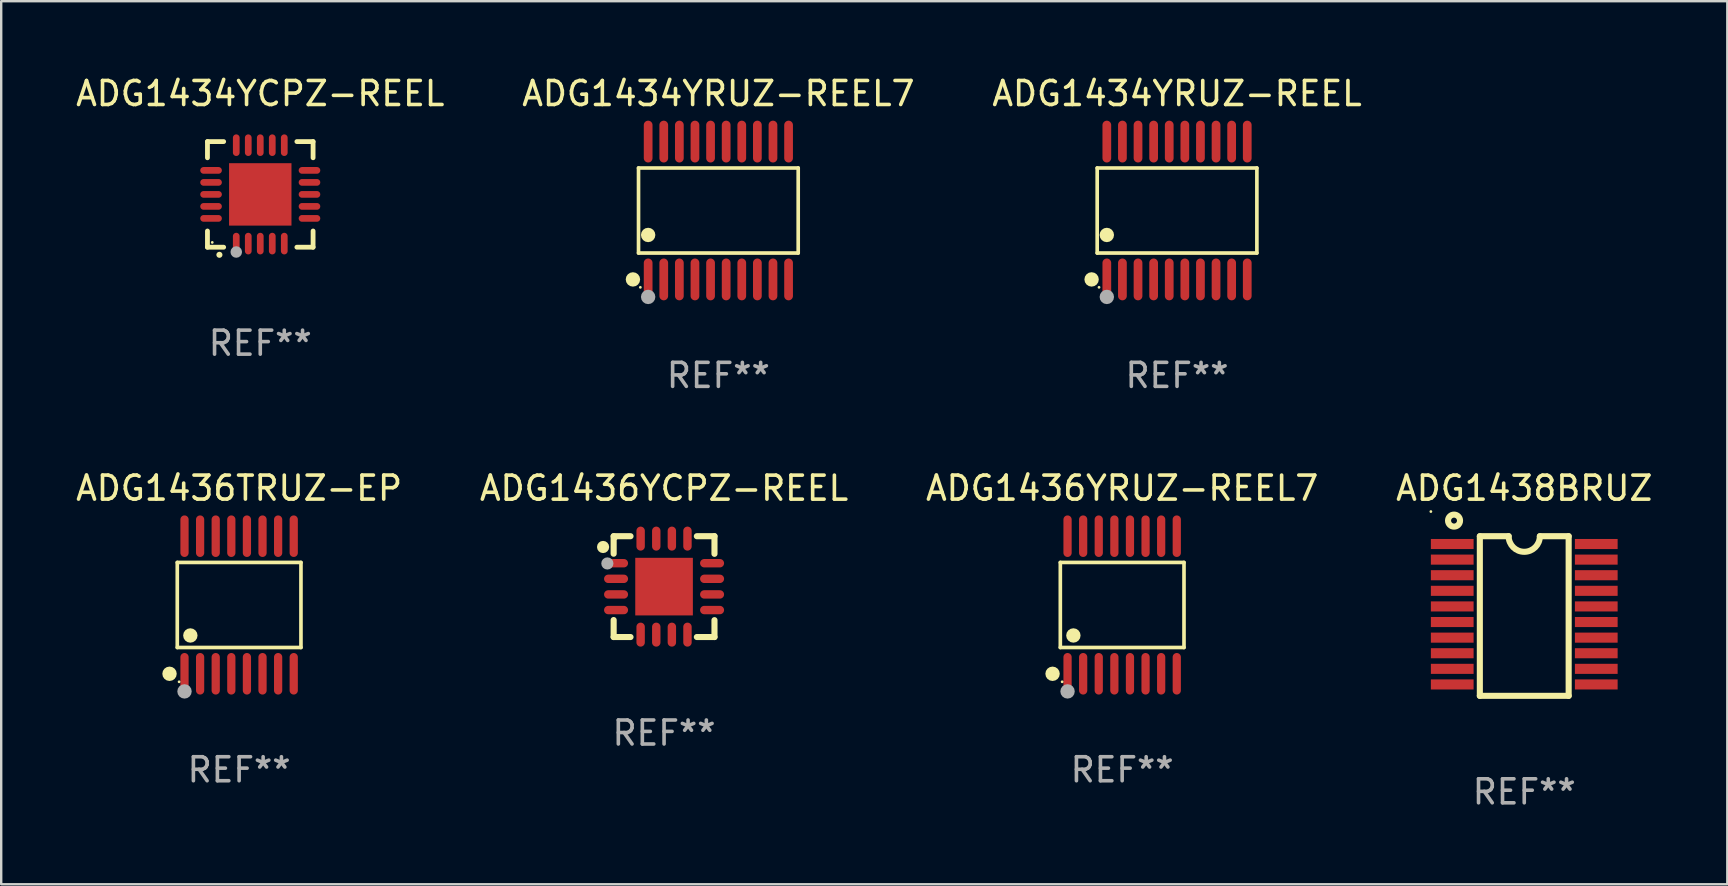
<source format=kicad_pcb>
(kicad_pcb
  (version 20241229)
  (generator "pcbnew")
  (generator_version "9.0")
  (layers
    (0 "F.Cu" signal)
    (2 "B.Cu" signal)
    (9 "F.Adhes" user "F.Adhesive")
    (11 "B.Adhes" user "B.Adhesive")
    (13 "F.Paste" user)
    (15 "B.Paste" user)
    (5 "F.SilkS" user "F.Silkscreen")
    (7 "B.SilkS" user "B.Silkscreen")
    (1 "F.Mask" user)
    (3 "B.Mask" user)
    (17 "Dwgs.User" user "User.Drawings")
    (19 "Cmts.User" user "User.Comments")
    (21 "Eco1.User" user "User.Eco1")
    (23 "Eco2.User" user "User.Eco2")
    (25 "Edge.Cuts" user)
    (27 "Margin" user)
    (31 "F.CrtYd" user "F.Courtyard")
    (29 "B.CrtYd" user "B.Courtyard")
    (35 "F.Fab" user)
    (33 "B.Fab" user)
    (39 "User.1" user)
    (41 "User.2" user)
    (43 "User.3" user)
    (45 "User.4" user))
  (footprint "ADG1434YRUZ-REEL7"
    (layer "F.Cu")
    (at 26.875 5.719)
    (property "Reference" "ADG1434YRUZ-REEL7" (at 0 -4.871 0) (layer "F.SilkS") (effects (font (size 1 1) (thickness 0.15))))
    (attr through_hole)
    (fp_line (start -3.326 -1.771) (end 3.326 -1.771) (stroke (width 0.152) (type solid)) (layer "F.SilkS"))
    (fp_line (start -3.326 1.771) (end -3.326 -1.771) (stroke (width 0.152) (type solid)) (layer "F.SilkS"))
    (fp_line (start 3.326 -1.771) (end 3.326 1.771) (stroke (width 0.152) (type solid)) (layer "F.SilkS"))
    (fp_line (start 3.326 1.771) (end -3.326 1.771) (stroke (width 0.152) (type solid)) (layer "F.SilkS"))
    (fp_circle (center -3.559 2.871) (end -3.409 2.871) (stroke (width 0.3) (type solid)) (fill no) (layer "F.SilkS"))
    (fp_circle (center -3.25 3.2) (end -3.22 3.2) (stroke (width 0.06) (type solid)) (fill no) (layer "F.SilkS"))
    (fp_circle (center -2.925 1.019) (end -2.775 1.019) (stroke (width 0.3) (type solid)) (fill no) (layer "F.SilkS"))
    (fp_circle (center -2.925 3.6) (end -2.775 3.6) (stroke (width 0.3) (type solid)) (fill no) (layer "F.Fab"))
    (fp_text user "REF**" (at 0 6.871 0) (layer "F.Fab") (effects (font (size 1 1) (thickness 0.15))))
    (pad "1" smd oval (at -2.925 2.871) (size 0.364 1.742) (layers "F.Cu" "F.Mask" "F.Paste"))
    (pad "2" smd oval (at -2.275 2.871) (size 0.364 1.742) (layers "F.Cu" "F.Mask" "F.Paste"))
    (pad "3" smd oval (at -1.625 2.871) (size 0.364 1.742) (layers "F.Cu" "F.Mask" "F.Paste"))
    (pad "4" smd oval (at -0.975 2.871) (size 0.364 1.742) (layers "F.Cu" "F.Mask" "F.Paste"))
    (pad "5" smd oval (at -0.325 2.871) (size 0.364 1.742) (layers "F.Cu" "F.Mask" "F.Paste"))
    (pad "6" smd oval (at 0.325 2.871) (size 0.364 1.742) (layers "F.Cu" "F.Mask" "F.Paste"))
    (pad "7" smd oval (at 0.975 2.871) (size 0.364 1.742) (layers "F.Cu" "F.Mask" "F.Paste"))
    (pad "8" smd oval (at 1.625 2.871) (size 0.364 1.742) (layers "F.Cu" "F.Mask" "F.Paste"))
    (pad "9" smd oval (at 2.275 2.871) (size 0.364 1.742) (layers "F.Cu" "F.Mask" "F.Paste"))
    (pad "10" smd oval (at 2.925 2.871) (size 0.364 1.742) (layers "F.Cu" "F.Mask" "F.Paste"))
    (pad "11" smd oval (at 2.925 -2.871) (size 0.364 1.742) (layers "F.Cu" "F.Mask" "F.Paste"))
    (pad "12" smd oval (at 2.275 -2.871) (size 0.364 1.742) (layers "F.Cu" "F.Mask" "F.Paste"))
    (pad "13" smd oval (at 1.625 -2.871) (size 0.364 1.742) (layers "F.Cu" "F.Mask" "F.Paste"))
    (pad "14" smd oval (at 0.975 -2.871) (size 0.364 1.742) (layers "F.Cu" "F.Mask" "F.Paste"))
    (pad "15" smd oval (at 0.325 -2.871) (size 0.364 1.742) (layers "F.Cu" "F.Mask" "F.Paste"))
    (pad "16" smd oval (at -0.325 -2.871) (size 0.364 1.742) (layers "F.Cu" "F.Mask" "F.Paste"))
    (pad "17" smd oval (at -0.975 -2.871) (size 0.364 1.742) (layers "F.Cu" "F.Mask" "F.Paste"))
    (pad "18" smd oval (at -1.625 -2.871) (size 0.364 1.742) (layers "F.Cu" "F.Mask" "F.Paste"))
    (pad "19" smd oval (at -2.275 -2.871) (size 0.364 1.742) (layers "F.Cu" "F.Mask" "F.Paste"))
    (pad "20" smd oval (at -2.925 -2.871) (size 0.364 1.742) (layers "F.Cu" "F.Mask" "F.Paste")))
  (footprint "ADG1434YRUZ-REEL"
    (layer "F.Cu")
    (at 45.982 5.719)
    (property "Reference" "ADG1434YRUZ-REEL" (at 0 -4.871 0) (layer "F.SilkS") (effects (font (size 1 1) (thickness 0.15))))
    (attr through_hole)
    (fp_line (start -3.326 -1.771) (end 3.326 -1.771) (stroke (width 0.152) (type solid)) (layer "F.SilkS"))
    (fp_line (start -3.326 1.771) (end -3.326 -1.771) (stroke (width 0.152) (type solid)) (layer "F.SilkS"))
    (fp_line (start 3.326 -1.771) (end 3.326 1.771) (stroke (width 0.152) (type solid)) (layer "F.SilkS"))
    (fp_line (start 3.326 1.771) (end -3.326 1.771) (stroke (width 0.152) (type solid)) (layer "F.SilkS"))
    (fp_circle (center -3.559 2.871) (end -3.409 2.871) (stroke (width 0.3) (type solid)) (fill no) (layer "F.SilkS"))
    (fp_circle (center -3.25 3.2) (end -3.22 3.2) (stroke (width 0.06) (type solid)) (fill no) (layer "F.SilkS"))
    (fp_circle (center -2.925 1.019) (end -2.775 1.019) (stroke (width 0.3) (type solid)) (fill no) (layer "F.SilkS"))
    (fp_circle (center -2.925 3.6) (end -2.775 3.6) (stroke (width 0.3) (type solid)) (fill no) (layer "F.Fab"))
    (fp_text user "REF**" (at 0 6.871 0) (layer "F.Fab") (effects (font (size 1 1) (thickness 0.15))))
    (pad "1" smd oval (at -2.925 2.871) (size 0.364 1.742) (layers "F.Cu" "F.Mask" "F.Paste"))
    (pad "2" smd oval (at -2.275 2.871) (size 0.364 1.742) (layers "F.Cu" "F.Mask" "F.Paste"))
    (pad "3" smd oval (at -1.625 2.871) (size 0.364 1.742) (layers "F.Cu" "F.Mask" "F.Paste"))
    (pad "4" smd oval (at -0.975 2.871) (size 0.364 1.742) (layers "F.Cu" "F.Mask" "F.Paste"))
    (pad "5" smd oval (at -0.325 2.871) (size 0.364 1.742) (layers "F.Cu" "F.Mask" "F.Paste"))
    (pad "6" smd oval (at 0.325 2.871) (size 0.364 1.742) (layers "F.Cu" "F.Mask" "F.Paste"))
    (pad "7" smd oval (at 0.975 2.871) (size 0.364 1.742) (layers "F.Cu" "F.Mask" "F.Paste"))
    (pad "8" smd oval (at 1.625 2.871) (size 0.364 1.742) (layers "F.Cu" "F.Mask" "F.Paste"))
    (pad "9" smd oval (at 2.275 2.871) (size 0.364 1.742) (layers "F.Cu" "F.Mask" "F.Paste"))
    (pad "10" smd oval (at 2.925 2.871) (size 0.364 1.742) (layers "F.Cu" "F.Mask" "F.Paste"))
    (pad "11" smd oval (at 2.925 -2.871) (size 0.364 1.742) (layers "F.Cu" "F.Mask" "F.Paste"))
    (pad "12" smd oval (at 2.275 -2.871) (size 0.364 1.742) (layers "F.Cu" "F.Mask" "F.Paste"))
    (pad "13" smd oval (at 1.625 -2.871) (size 0.364 1.742) (layers "F.Cu" "F.Mask" "F.Paste"))
    (pad "14" smd oval (at 0.975 -2.871) (size 0.364 1.742) (layers "F.Cu" "F.Mask" "F.Paste"))
    (pad "15" smd oval (at 0.325 -2.871) (size 0.364 1.742) (layers "F.Cu" "F.Mask" "F.Paste"))
    (pad "16" smd oval (at -0.325 -2.871) (size 0.364 1.742) (layers "F.Cu" "F.Mask" "F.Paste"))
    (pad "17" smd oval (at -0.975 -2.871) (size 0.364 1.742) (layers "F.Cu" "F.Mask" "F.Paste"))
    (pad "18" smd oval (at -1.625 -2.871) (size 0.364 1.742) (layers "F.Cu" "F.Mask" "F.Paste"))
    (pad "19" smd oval (at -2.275 -2.871) (size 0.364 1.742) (layers "F.Cu" "F.Mask" "F.Paste"))
    (pad "20" smd oval (at -2.925 -2.871) (size 0.364 1.742) (layers "F.Cu" "F.Mask" "F.Paste")))
  (footprint "ADG1438BRUZ"
    (layer "F.Cu")
    (at 60.446 22.612)
    (property "Reference" "ADG1438BRUZ" (at 0 -5.325 0) (layer "F.SilkS") (effects (font (size 1 1) (thickness 0.15))))
    (attr through_hole)
    (fp_line (start -1.85 -3.325) (end -0.65 -3.325) (stroke (width 0.254) (type solid)) (layer "F.SilkS"))
    (fp_line (start -1.85 3.325) (end -1.85 -3.325) (stroke (width 0.254) (type solid)) (layer "F.SilkS"))
    (fp_line (start 1.85 -3.325) (end 0.65 -3.325) (stroke (width 0.254) (type solid)) (layer "F.SilkS"))
    (fp_line (start 1.85 3.325) (end -1.85 3.325) (stroke (width 0.254) (type solid)) (layer "F.SilkS"))
    (fp_line (start 1.85 3.325) (end 1.85 -3.325) (stroke (width 0.254) (type solid)) (layer "F.SilkS"))
    (fp_arc (start 0.649987 -3.324981) (mid -0.000736 -2.676087) (end -0.65024 -3.326201) (stroke (width 0.254001) (type solid)) (layer "F.SilkS"))
    (fp_circle (center -3.89 -4.352) (end -3.86 -4.352) (stroke (width 0.06) (type solid)) (fill no) (layer "F.SilkS"))
    (fp_circle (center -2.925 -3.975) (end -2.675 -3.975) (stroke (width 0.254) (type solid)) (fill no) (layer "F.SilkS"))
    (fp_text user "REF**" (at 0 7.325 0) (layer "F.Fab") (effects (font (size 1 1) (thickness 0.15))))
    (pad "1" smd rect (at -3 -3) (size 1.78 0.42) (layers "F.Cu" "F.Mask" "F.Paste"))
    (pad "2" smd rect (at -3 -2.35) (size 1.78 0.42) (layers "F.Cu" "F.Mask" "F.Paste"))
    (pad "3" smd rect (at -3 -1.7) (size 1.78 0.42) (layers "F.Cu" "F.Mask" "F.Paste"))
    (pad "4" smd rect (at -3 -1.05) (size 1.78 0.42) (layers "F.Cu" "F.Mask" "F.Paste"))
    (pad "5" smd rect (at -3 -0.4) (size 1.78 0.42) (layers "F.Cu" "F.Mask" "F.Paste"))
    (pad "6" smd rect (at -3 0.25) (size 1.78 0.42) (layers "F.Cu" "F.Mask" "F.Paste"))
    (pad "7" smd rect (at -3 0.9) (size 1.78 0.42) (layers "F.Cu" "F.Mask" "F.Paste"))
    (pad "8" smd rect (at -3 1.55) (size 1.78 0.42) (layers "F.Cu" "F.Mask" "F.Paste"))
    (pad "9" smd rect (at -3 2.2) (size 1.78 0.42) (layers "F.Cu" "F.Mask" "F.Paste"))
    (pad "10" smd rect (at -3 2.85) (size 1.78 0.42) (layers "F.Cu" "F.Mask" "F.Paste"))
    (pad "11" smd rect (at 3 2.85) (size 1.78 0.42) (layers "F.Cu" "F.Mask" "F.Paste"))
    (pad "12" smd rect (at 3 2.2) (size 1.78 0.42) (layers "F.Cu" "F.Mask" "F.Paste"))
    (pad "13" smd rect (at 3 1.55) (size 1.78 0.42) (layers "F.Cu" "F.Mask" "F.Paste"))
    (pad "14" smd rect (at 3 0.9) (size 1.78 0.42) (layers "F.Cu" "F.Mask" "F.Paste"))
    (pad "15" smd rect (at 3 0.25) (size 1.78 0.42) (layers "F.Cu" "F.Mask" "F.Paste"))
    (pad "16" smd rect (at 3 -0.4) (size 1.78 0.42) (layers "F.Cu" "F.Mask" "F.Paste"))
    (pad "17" smd rect (at 3 -1.05) (size 1.78 0.42) (layers "F.Cu" "F.Mask" "F.Paste"))
    (pad "18" smd rect (at 3 -1.7) (size 1.78 0.42) (layers "F.Cu" "F.Mask" "F.Paste"))
    (pad "19" smd rect (at 3 -2.35) (size 1.78 0.42) (layers "F.Cu" "F.Mask" "F.Paste"))
    (pad "20" smd rect (at 3 -3) (size 1.78 0.42) (layers "F.Cu" "F.Mask" "F.Paste")))
  (footprint "ADG1436YRUZ-REEL7"
    (layer "F.Cu")
    (at 43.696 22.152)
    (property "Reference" "ADG1436YRUZ-REEL7" (at 0 -4.866 0) (layer "F.SilkS") (effects (font (size 1 1) (thickness 0.15))))
    (attr through_hole)
    (fp_line (start -2.576 -1.772) (end 2.576 -1.772) (stroke (width 0.152) (type solid)) (layer "F.SilkS"))
    (fp_line (start -2.576 1.771) (end -2.576 -1.772) (stroke (width 0.152) (type solid)) (layer "F.SilkS"))
    (fp_line (start 2.576 -1.772) (end 2.576 1.771) (stroke (width 0.152) (type solid)) (layer "F.SilkS"))
    (fp_line (start 2.576 1.771) (end -2.576 1.771) (stroke (width 0.152) (type solid)) (layer "F.SilkS"))
    (fp_circle (center -2.899 2.866) (end -2.749 2.866) (stroke (width 0.3) (type solid)) (fill no) (layer "F.SilkS"))
    (fp_circle (center -2.5 3.2) (end -2.47 3.2) (stroke (width 0.06) (type solid)) (fill no) (layer "F.SilkS"))
    (fp_circle (center -2.032 1.27) (end -1.882 1.27) (stroke (width 0.3) (type solid)) (fill no) (layer "F.SilkS"))
    (fp_circle (center -2.275 3.6) (end -2.125 3.6) (stroke (width 0.3) (type solid)) (fill no) (layer "F.Fab"))
    (fp_text user "REF**" (at 0 6.866 0) (layer "F.Fab") (effects (font (size 1 1) (thickness 0.15))))
    (pad "1" smd oval (at -2.275 2.866) (size 0.343 1.731) (layers "F.Cu" "F.Mask" "F.Paste"))
    (pad "2" smd oval (at -1.625 2.866) (size 0.343 1.731) (layers "F.Cu" "F.Mask" "F.Paste"))
    (pad "3" smd oval (at -0.975 2.866) (size 0.343 1.731) (layers "F.Cu" "F.Mask" "F.Paste"))
    (pad "4" smd oval (at -0.325 2.866) (size 0.343 1.731) (layers "F.Cu" "F.Mask" "F.Paste"))
    (pad "5" smd oval (at 0.325 2.866) (size 0.343 1.731) (layers "F.Cu" "F.Mask" "F.Paste"))
    (pad "6" smd oval (at 0.975 2.866) (size 0.343 1.731) (layers "F.Cu" "F.Mask" "F.Paste"))
    (pad "7" smd oval (at 1.625 2.866) (size 0.343 1.731) (layers "F.Cu" "F.Mask" "F.Paste"))
    (pad "8" smd oval (at 2.275 2.866) (size 0.343 1.731) (layers "F.Cu" "F.Mask" "F.Paste"))
    (pad "9" smd oval (at 2.275 -2.866) (size 0.343 1.731) (layers "F.Cu" "F.Mask" "F.Paste"))
    (pad "10" smd oval (at 1.625 -2.866) (size 0.343 1.731) (layers "F.Cu" "F.Mask" "F.Paste"))
    (pad "11" smd oval (at 0.975 -2.866) (size 0.343 1.731) (layers "F.Cu" "F.Mask" "F.Paste"))
    (pad "12" smd oval (at 0.325 -2.866) (size 0.343 1.731) (layers "F.Cu" "F.Mask" "F.Paste"))
    (pad "13" smd oval (at -0.325 -2.866) (size 0.343 1.731) (layers "F.Cu" "F.Mask" "F.Paste"))
    (pad "14" smd oval (at -0.975 -2.866) (size 0.343 1.731) (layers "F.Cu" "F.Mask" "F.Paste"))
    (pad "15" smd oval (at -1.625 -2.866) (size 0.343 1.731) (layers "F.Cu" "F.Mask" "F.Paste"))
    (pad "16" smd oval (at -2.275 -2.866) (size 0.343 1.731) (layers "F.Cu" "F.Mask" "F.Paste")))
  (footprint "ADG1436YCPZ-REEL"
    (layer "F.Cu")
    (at 24.613 21.387)
    (property "Reference" "ADG1436YCPZ-REEL" (at 0 -4.1 0) (layer "F.SilkS") (effects (font (size 1 1) (thickness 0.15))))
    (attr through_hole)
    (fp_line (start -2.1 -2.1) (end -2.1 -1.371) (stroke (width 0.254) (type solid)) (layer "F.SilkS"))
    (fp_line (start -2.1 -2.1) (end -1.397 -2.1) (stroke (width 0.254) (type solid)) (layer "F.SilkS"))
    (fp_line (start -2.1 1.392) (end -2.1 2.1) (stroke (width 0.254) (type solid)) (layer "F.SilkS"))
    (fp_line (start -2.1 2.1) (end -1.397 2.1) (stroke (width 0.254) (type solid)) (layer "F.SilkS"))
    (fp_line (start 1.366 -2.1) (end 2.1 -2.1) (stroke (width 0.254) (type solid)) (layer "F.SilkS"))
    (fp_line (start 1.366 2.1) (end 2.1 2.1) (stroke (width 0.254) (type solid)) (layer "F.SilkS"))
    (fp_line (start 2.1 -2.1) (end 2.1 -1.366) (stroke (width 0.254) (type solid)) (layer "F.SilkS"))
    (fp_line (start 2.1 1.397) (end 2.1 2.1) (stroke (width 0.254) (type solid)) (layer "F.SilkS"))
    (fp_circle (center -2.54 -1.651) (end -2.413 -1.651) (stroke (width 0.254) (type solid)) (fill no) (layer "F.SilkS"))
    (fp_circle (center -2 -2) (end -1.97 -2) (stroke (width 0.06) (type solid)) (fill no) (layer "F.SilkS"))
    (fp_circle (center -2.362 -0.965) (end -2.235 -0.965) (stroke (width 0.254) (type solid)) (fill no) (layer "F.Fab"))
    (fp_text user "REF**" (at 0 6.1 0) (layer "F.Fab") (effects (font (size 1 1) (thickness 0.15))))
    (pad "1" smd oval (at -2 -0.975) (size 1 0.35) (layers "F.Cu" "F.Mask" "F.Paste"))
    (pad "2" smd oval (at -2 -0.325) (size 1 0.35) (layers "F.Cu" "F.Mask" "F.Paste"))
    (pad "3" smd oval (at -2 0.325) (size 1 0.35) (layers "F.Cu" "F.Mask" "F.Paste"))
    (pad "4" smd oval (at -2 0.976) (size 1 0.35) (layers "F.Cu" "F.Mask" "F.Paste"))
    (pad "5" smd oval (at -0.976 2) (size 0.35 1) (layers "F.Cu" "F.Mask" "F.Paste"))
    (pad "6" smd oval (at -0.325 2) (size 0.35 1) (layers "F.Cu" "F.Mask" "F.Paste"))
    (pad "7" smd oval (at 0.325 2) (size 0.35 1) (layers "F.Cu" "F.Mask" "F.Paste"))
    (pad "8" smd oval (at 0.975 2) (size 0.35 1) (layers "F.Cu" "F.Mask" "F.Paste"))
    (pad "9" smd oval (at 2 0.976) (size 1 0.35) (layers "F.Cu" "F.Mask" "F.Paste"))
    (pad "10" smd oval (at 2 0.325) (size 1 0.35) (layers "F.Cu" "F.Mask" "F.Paste"))
    (pad "11" smd oval (at 2 -0.325) (size 1 0.35) (layers "F.Cu" "F.Mask" "F.Paste"))
    (pad "12" smd oval (at 2 -0.975) (size 1 0.35) (layers "F.Cu" "F.Mask" "F.Paste"))
    (pad "13" smd oval (at 0.975 -2) (size 0.35 1) (layers "F.Cu" "F.Mask" "F.Paste"))
    (pad "14" smd oval (at 0.325 -2) (size 0.35 1) (layers "F.Cu" "F.Mask" "F.Paste"))
    (pad "15" smd oval (at -0.325 -2) (size 0.35 1) (layers "F.Cu" "F.Mask" "F.Paste"))
    (pad "16" smd oval (at -0.976 -2) (size 0.35 1) (layers "F.Cu" "F.Mask" "F.Paste"))
    (pad "17" smd rect (at 0.000051 0) (size 2.4 2.4) (layers "F.Cu" "F.Mask" "F.Paste")))
  (footprint "ADG1436TRUZ-EP"
    (layer "F.Cu")
    (at 6.911 22.152)
    (property "Reference" "ADG1436TRUZ-EP" (at 0 -4.866 0) (layer "F.SilkS") (effects (font (size 1 1) (thickness 0.15))))
    (attr through_hole)
    (fp_line (start -2.576 -1.772) (end 2.576 -1.772) (stroke (width 0.152) (type solid)) (layer "F.SilkS"))
    (fp_line (start -2.576 1.771) (end -2.576 -1.772) (stroke (width 0.152) (type solid)) (layer "F.SilkS"))
    (fp_line (start 2.576 -1.772) (end 2.576 1.771) (stroke (width 0.152) (type solid)) (layer "F.SilkS"))
    (fp_line (start 2.576 1.771) (end -2.576 1.771) (stroke (width 0.152) (type solid)) (layer "F.SilkS"))
    (fp_circle (center -2.899 2.866) (end -2.749 2.866) (stroke (width 0.3) (type solid)) (fill no) (layer "F.SilkS"))
    (fp_circle (center -2.5 3.2) (end -2.47 3.2) (stroke (width 0.06) (type solid)) (fill no) (layer "F.SilkS"))
    (fp_circle (center -2.032 1.27) (end -1.882 1.27) (stroke (width 0.3) (type solid)) (fill no) (layer "F.SilkS"))
    (fp_circle (center -2.275 3.6) (end -2.125 3.6) (stroke (width 0.3) (type solid)) (fill no) (layer "F.Fab"))
    (fp_text user "REF**" (at 0 6.866 0) (layer "F.Fab") (effects (font (size 1 1) (thickness 0.15))))
    (pad "1" smd oval (at -2.275 2.866) (size 0.343 1.731) (layers "F.Cu" "F.Mask" "F.Paste"))
    (pad "2" smd oval (at -1.625 2.866) (size 0.343 1.731) (layers "F.Cu" "F.Mask" "F.Paste"))
    (pad "3" smd oval (at -0.975 2.866) (size 0.343 1.731) (layers "F.Cu" "F.Mask" "F.Paste"))
    (pad "4" smd oval (at -0.325 2.866) (size 0.343 1.731) (layers "F.Cu" "F.Mask" "F.Paste"))
    (pad "5" smd oval (at 0.325 2.866) (size 0.343 1.731) (layers "F.Cu" "F.Mask" "F.Paste"))
    (pad "6" smd oval (at 0.975 2.866) (size 0.343 1.731) (layers "F.Cu" "F.Mask" "F.Paste"))
    (pad "7" smd oval (at 1.625 2.866) (size 0.343 1.731) (layers "F.Cu" "F.Mask" "F.Paste"))
    (pad "8" smd oval (at 2.275 2.866) (size 0.343 1.731) (layers "F.Cu" "F.Mask" "F.Paste"))
    (pad "9" smd oval (at 2.275 -2.866) (size 0.343 1.731) (layers "F.Cu" "F.Mask" "F.Paste"))
    (pad "10" smd oval (at 1.625 -2.866) (size 0.343 1.731) (layers "F.Cu" "F.Mask" "F.Paste"))
    (pad "11" smd oval (at 0.975 -2.866) (size 0.343 1.731) (layers "F.Cu" "F.Mask" "F.Paste"))
    (pad "12" smd oval (at 0.325 -2.866) (size 0.343 1.731) (layers "F.Cu" "F.Mask" "F.Paste"))
    (pad "13" smd oval (at -0.325 -2.866) (size 0.343 1.731) (layers "F.Cu" "F.Mask" "F.Paste"))
    (pad "14" smd oval (at -0.975 -2.866) (size 0.343 1.731) (layers "F.Cu" "F.Mask" "F.Paste"))
    (pad "15" smd oval (at -1.625 -2.866) (size 0.343 1.731) (layers "F.Cu" "F.Mask" "F.Paste"))
    (pad "16" smd oval (at -2.275 -2.866) (size 0.343 1.731) (layers "F.Cu" "F.Mask" "F.Paste")))
  (footprint "ADG1434YCPZ-REEL"
    (layer "F.Cu")
    (at 7.792 5.048)
    (property "Reference" "ADG1434YCPZ-REEL" (at 0 -4.2 0) (layer "F.SilkS") (effects (font (size 1 1) (thickness 0.15))))
    (attr through_hole)
    (fp_line (start -2.2 -2.2) (end -1.525 -2.2) (stroke (width 0.2) (type solid)) (layer "F.SilkS"))
    (fp_line (start -2.2 -1.525) (end -2.2 -2.2) (stroke (width 0.2) (type solid)) (layer "F.SilkS"))
    (fp_line (start -2.2 2.2) (end -2.2 1.525) (stroke (width 0.2) (type solid)) (layer "F.SilkS"))
    (fp_line (start -1.525 2.2) (end -2.2 2.2) (stroke (width 0.2) (type solid)) (layer "F.SilkS"))
    (fp_line (start 1.525 2.2) (end 2.2 2.2) (stroke (width 0.2) (type solid)) (layer "F.SilkS"))
    (fp_line (start 2.2 -2.2) (end 1.525 -2.2) (stroke (width 0.2) (type solid)) (layer "F.SilkS"))
    (fp_line (start 2.2 -1.525) (end 2.2 -2.2) (stroke (width 0.2) (type solid)) (layer "F.SilkS"))
    (fp_line (start 2.2 2.2) (end 2.2 1.525) (stroke (width 0.2) (type solid)) (layer "F.SilkS"))
    (fp_arc (start -1.703073 2.516612) (mid -1.701803 2.516606) (end -1.700533 2.516612) (stroke (width 0.25) (type solid)) (layer "F.SilkS"))
    (fp_circle (center -2 2) (end -1.97 2) (stroke (width 0.06) (type solid)) (fill no) (layer "F.SilkS"))
    (fp_circle (center -1 2.4) (end -0.88 2.4) (stroke (width 0.24) (type solid)) (fill no) (layer "F.Fab"))
    (fp_text user "REF**" (at 0 6.2 0) (layer "F.Fab") (effects (font (size 1 1) (thickness 0.15))))
    (pad "1" smd oval (at -1 2.05) (size 0.28 0.9) (layers "F.Cu" "F.Mask" "F.Paste"))
    (pad "2" smd oval (at -0.5 2.05) (size 0.28 0.9) (layers "F.Cu" "F.Mask" "F.Paste"))
    (pad "3" smd oval (at 0.000076 2.05) (size 0.28 0.9) (layers "F.Cu" "F.Mask" "F.Paste"))
    (pad "4" smd oval (at 0.5 2.05) (size 0.28 0.9) (layers "F.Cu" "F.Mask" "F.Paste"))
    (pad "5" smd oval (at 1 2.05) (size 0.28 0.9) (layers "F.Cu" "F.Mask" "F.Paste"))
    (pad "6" smd oval (at 2.05 1) (size 0.9 0.28) (layers "F.Cu" "F.Mask" "F.Paste"))
    (pad "7" smd oval (at 2.05 0.5) (size 0.9 0.28) (layers "F.Cu" "F.Mask" "F.Paste"))
    (pad "8" smd oval (at 2.05 0.000076) (size 0.9 0.28) (layers "F.Cu" "F.Mask" "F.Paste"))
    (pad "9" smd oval (at 2.05 -0.5) (size 0.9 0.28) (layers "F.Cu" "F.Mask" "F.Paste"))
    (pad "10" smd oval (at 2.05 -1) (size 0.9 0.28) (layers "F.Cu" "F.Mask" "F.Paste"))
    (pad "11" smd oval (at 1 -2.05) (size 0.28 0.9) (layers "F.Cu" "F.Mask" "F.Paste"))
    (pad "12" smd oval (at 0.5 -2.05) (size 0.28 0.9) (layers "F.Cu" "F.Mask" "F.Paste"))
    (pad "13" smd oval (at 0.000076 -2.05) (size 0.28 0.9) (layers "F.Cu" "F.Mask" "F.Paste"))
    (pad "14" smd oval (at -0.5 -2.05) (size 0.28 0.9) (layers "F.Cu" "F.Mask" "F.Paste"))
    (pad "15" smd oval (at -1 -2.05) (size 0.28 0.9) (layers "F.Cu" "F.Mask" "F.Paste"))
    (pad "16" smd oval (at -2.05 -1) (size 0.9 0.28) (layers "F.Cu" "F.Mask" "F.Paste"))
    (pad "17" smd oval (at -2.05 -0.5) (size 0.9 0.28) (layers "F.Cu" "F.Mask" "F.Paste"))
    (pad "18" smd oval (at -2.05 0.000076) (size 0.9 0.28) (layers "F.Cu" "F.Mask" "F.Paste"))
    (pad "19" smd oval (at -2.05 0.5) (size 0.9 0.28) (layers "F.Cu" "F.Mask" "F.Paste"))
    (pad "20" smd oval (at -2.05 1) (size 0.9 0.28) (layers "F.Cu" "F.Mask" "F.Paste"))
    (pad "21" smd rect (at 0.000076 0.000076) (size 2.6 2.6) (layers "F.Cu" "F.Mask" "F.Paste")))
  (gr_rect
    (start -3 -3)
    (end 68.905 33.785)
    (stroke (width 0.1) (type default))
    (fill no)
    (layer "Edge.Cuts")))
</source>
